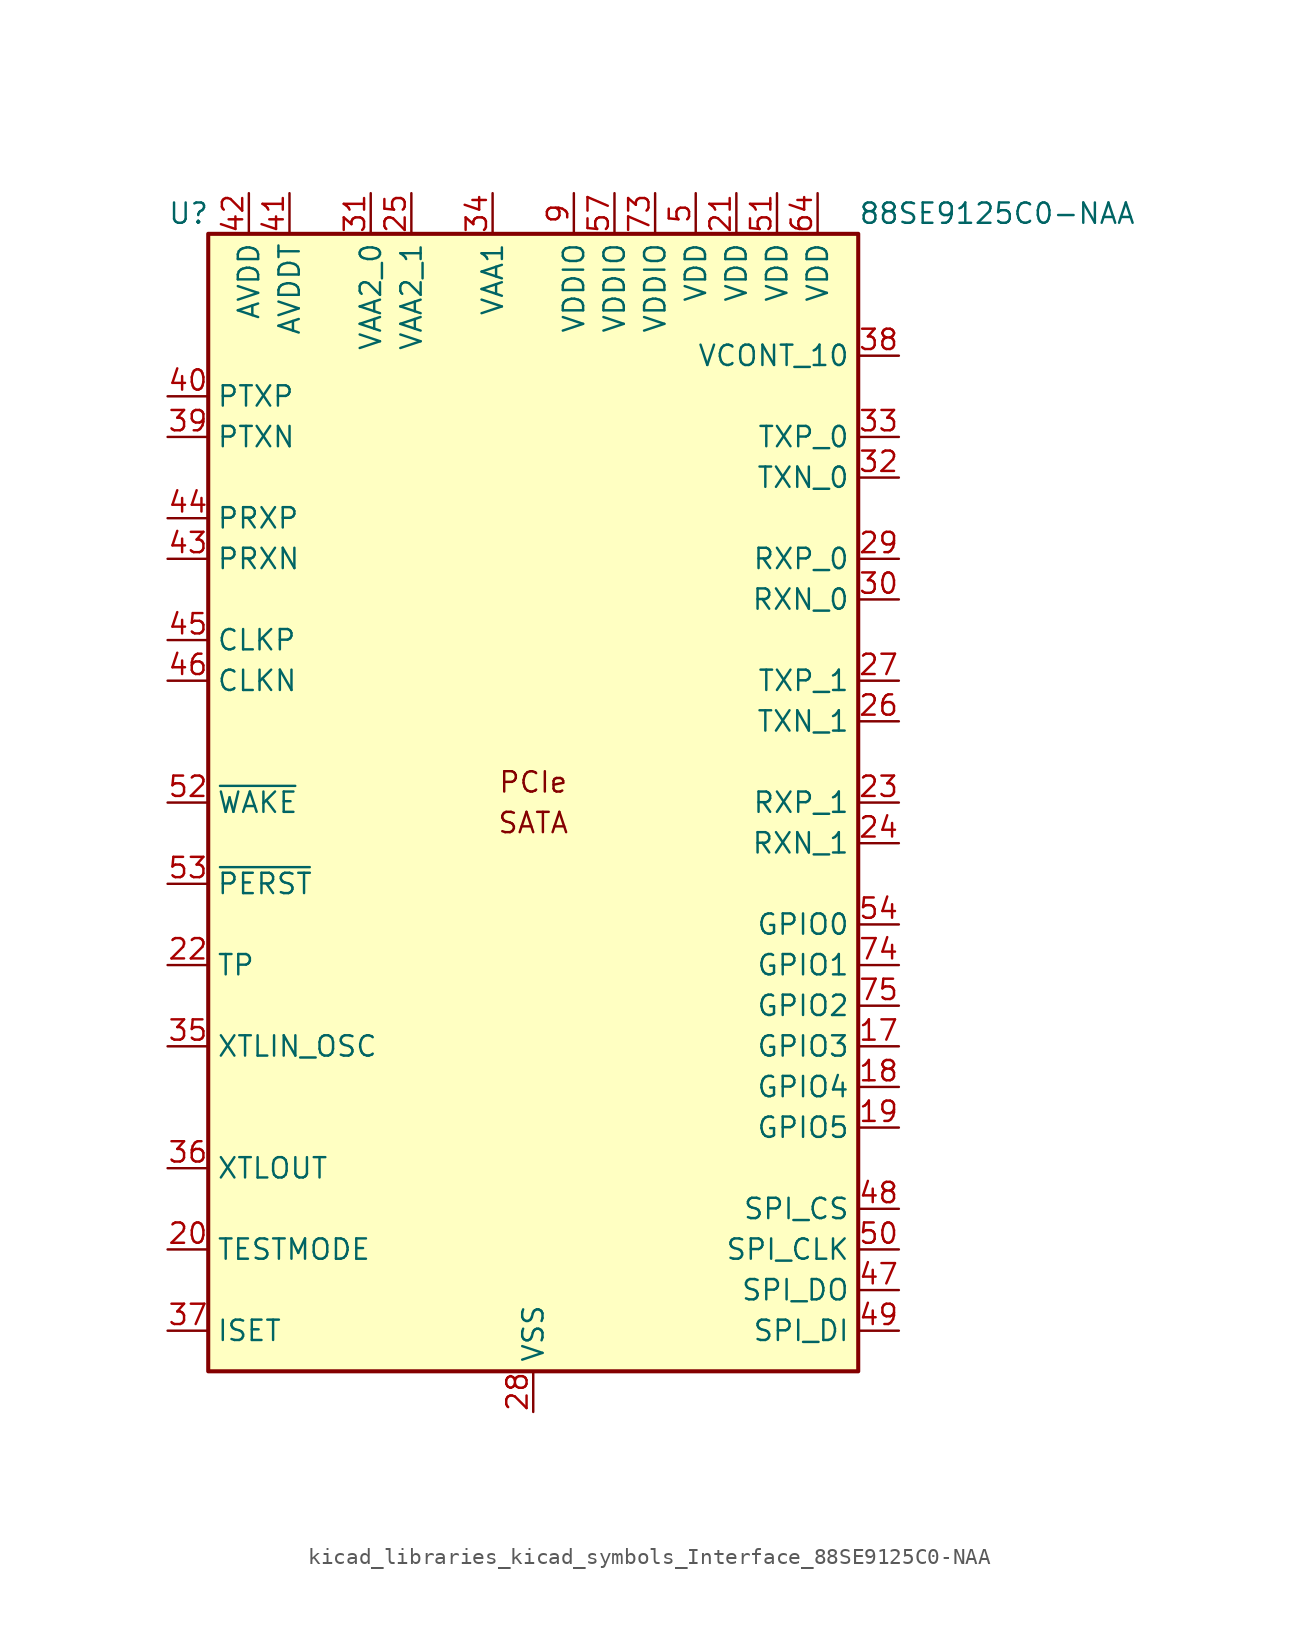
<source format=kicad_sym>
(kicad_symbol_lib
  (version 20220914)
  (generator kicad_symbol_editor)
  (symbol "kicad_libraries_kicad_symbols_Interface_88SE9125C0-NAA"
    (property "Reference" "U"
      (at -22.86 36.83 0)
      (effects (font (size 1.27 1.27)) (justify left)))
    (property "Value" "88SE9125C0-NAA"
      (at 20.32 36.83 0)
      (effects (font (size 1.27 1.27)) (justify left)))
    (symbol "kicad_libraries_kicad_symbols_Interface_88SE9125C0-NAA_0_0"
      (text "PCIe" (at 0 1.27 0) (effects (font (size 1.27 1.27)))))
    (symbol "kicad_libraries_kicad_symbols_Interface_88SE9125C0-NAA_0_1"
      (rectangle (start -20.32 35.56) (end 20.32 -35.56) (stroke (width 0.254) (type default)) (fill (type background))))
    (symbol "kicad_libraries_kicad_symbols_Interface_88SE9125C0-NAA_1_0"
      (text "SATA" (at 0 -1.27 0) (effects (font (size 1.27 1.27)))))
    (symbol "kicad_libraries_kicad_symbols_Interface_88SE9125C0-NAA_1_1"
      (pin no_connect line (at 20.32 25.4 180) (length 2.54) hide (name "NC" (effects (font (size 1.27 1.27)))) (number "1" (effects (font (size 1.27 1.27)))))
      (pin no_connect line (at -20.32 -7.62 0) (length 2.54) hide (name "NC" (effects (font (size 1.27 1.27)))) (number "10" (effects (font (size 1.27 1.27)))))
      (pin no_connect line (at 5.08 -35.56 90) (length 2.54) hide (name "NC" (effects (font (size 1.27 1.27)))) (number "11" (effects (font (size 1.27 1.27)))))
      (pin no_connect line (at -20.32 -30.48 0) (length 2.54) hide (name "NC" (effects (font (size 1.27 1.27)))) (number "12" (effects (font (size 1.27 1.27)))))
      (pin passive line (at 10.16 38.1 270) (length 2.54) hide (name "VDD" (effects (font (size 1.27 1.27)))) (number "13" (effects (font (size 1.27 1.27)))))
      (pin no_connect line (at -20.32 -25.4 0) (length 2.54) hide (name "NC" (effects (font (size 1.27 1.27)))) (number "14" (effects (font (size 1.27 1.27)))))
      (pin no_connect line (at -20.32 -20.32 0) (length 2.54) hide (name "NC" (effects (font (size 1.27 1.27)))) (number "15" (effects (font (size 1.27 1.27)))))
      (pin no_connect line (at -20.32 -17.78 0) (length 2.54) hide (name "NC" (effects (font (size 1.27 1.27)))) (number "16" (effects (font (size 1.27 1.27)))))
      (pin bidirectional line (at 22.86 -15.24 180) (length 2.54) (name "GPIO3" (effects (font (size 1.27 1.27)))) (number "17" (effects (font (size 1.27 1.27)))))
      (pin bidirectional line (at 22.86 -17.78 180) (length 2.54) (name "GPIO4" (effects (font (size 1.27 1.27)))) (number "18" (effects (font (size 1.27 1.27)))))
      (pin bidirectional line (at 22.86 -20.32 180) (length 2.54) (name "GPIO5" (effects (font (size 1.27 1.27)))) (number "19" (effects (font (size 1.27 1.27)))))
      (pin no_connect line (at 20.32 17.78 180) (length 2.54) hide (name "NC" (effects (font (size 1.27 1.27)))) (number "2" (effects (font (size 1.27 1.27)))))
      (pin input line (at -22.86 -27.94 0) (length 2.54) (name "TESTMODE" (effects (font (size 1.27 1.27)))) (number "20" (effects (font (size 1.27 1.27)))))
      (pin power_in line (at 12.7 38.1 270) (length 2.54) (name "VDD" (effects (font (size 1.27 1.27)))) (number "21" (effects (font (size 1.27 1.27)))))
      (pin bidirectional line (at -22.86 -10.16 0) (length 2.54) (name "TP" (effects (font (size 1.27 1.27)))) (number "22" (effects (font (size 1.27 1.27)))))
      (pin input line (at 22.86 0 180) (length 2.54) (name "RXP_1" (effects (font (size 1.27 1.27)))) (number "23" (effects (font (size 1.27 1.27)))))
      (pin input line (at 22.86 -2.54 180) (length 2.54) (name "RXN_1" (effects (font (size 1.27 1.27)))) (number "24" (effects (font (size 1.27 1.27)))))
      (pin power_in line (at -7.62 38.1 270) (length 2.54) (name "VAA2_1" (effects (font (size 1.27 1.27)))) (number "25" (effects (font (size 1.27 1.27)))))
      (pin output line (at 22.86 5.08 180) (length 2.54) (name "TXN_1" (effects (font (size 1.27 1.27)))) (number "26" (effects (font (size 1.27 1.27)))))
      (pin output line (at 22.86 7.62 180) (length 2.54) (name "TXP_1" (effects (font (size 1.27 1.27)))) (number "27" (effects (font (size 1.27 1.27)))))
      (pin power_in line (at 0 -38.1 90) (length 2.54) (name "VSS" (effects (font (size 1.27 1.27)))) (number "28" (effects (font (size 1.27 1.27)))))
      (pin input line (at 22.86 15.24 180) (length 2.54) (name "RXP_0" (effects (font (size 1.27 1.27)))) (number "29" (effects (font (size 1.27 1.27)))))
      (pin no_connect line (at 20.32 10.16 180) (length 2.54) hide (name "NC" (effects (font (size 1.27 1.27)))) (number "3" (effects (font (size 1.27 1.27)))))
      (pin input line (at 22.86 12.7 180) (length 2.54) (name "RXN_0" (effects (font (size 1.27 1.27)))) (number "30" (effects (font (size 1.27 1.27)))))
      (pin power_in line (at -10.16 38.1 270) (length 2.54) (name "VAA2_0" (effects (font (size 1.27 1.27)))) (number "31" (effects (font (size 1.27 1.27)))))
      (pin output line (at 22.86 20.32 180) (length 2.54) (name "TXN_0" (effects (font (size 1.27 1.27)))) (number "32" (effects (font (size 1.27 1.27)))))
      (pin output line (at 22.86 22.86 180) (length 2.54) (name "TXP_0" (effects (font (size 1.27 1.27)))) (number "33" (effects (font (size 1.27 1.27)))))
      (pin power_in line (at -2.54 38.1 270) (length 2.54) (name "VAA1" (effects (font (size 1.27 1.27)))) (number "34" (effects (font (size 1.27 1.27)))))
      (pin input line (at -22.86 -15.24 0) (length 2.54) (name "XTLIN_OSC" (effects (font (size 1.27 1.27)))) (number "35" (effects (font (size 1.27 1.27)))))
      (pin output line (at -22.86 -22.86 0) (length 2.54) (name "XTLOUT" (effects (font (size 1.27 1.27)))) (number "36" (effects (font (size 1.27 1.27)))))
      (pin bidirectional line (at -22.86 -33.02 0) (length 2.54) (name "ISET" (effects (font (size 1.27 1.27)))) (number "37" (effects (font (size 1.27 1.27)))))
      (pin output line (at 22.86 27.94 180) (length 2.54) (name "VCONT_10" (effects (font (size 1.27 1.27)))) (number "38" (effects (font (size 1.27 1.27)))))
      (pin output line (at -22.86 22.86 0) (length 2.54) (name "PTXN" (effects (font (size 1.27 1.27)))) (number "39" (effects (font (size 1.27 1.27)))))
      (pin no_connect line (at 20.32 2.54 180) (length 2.54) hide (name "NC" (effects (font (size 1.27 1.27)))) (number "4" (effects (font (size 1.27 1.27)))))
      (pin output line (at -22.86 25.4 0) (length 2.54) (name "PTXP" (effects (font (size 1.27 1.27)))) (number "40" (effects (font (size 1.27 1.27)))))
      (pin power_in line (at -15.24 38.1 270) (length 2.54) (name "AVDDT" (effects (font (size 1.27 1.27)))) (number "41" (effects (font (size 1.27 1.27)))))
      (pin power_in line (at -17.78 38.1 270) (length 2.54) (name "AVDD" (effects (font (size 1.27 1.27)))) (number "42" (effects (font (size 1.27 1.27)))))
      (pin input line (at -22.86 15.24 0) (length 2.54) (name "PRXN" (effects (font (size 1.27 1.27)))) (number "43" (effects (font (size 1.27 1.27)))))
      (pin input line (at -22.86 17.78 0) (length 2.54) (name "PRXP" (effects (font (size 1.27 1.27)))) (number "44" (effects (font (size 1.27 1.27)))))
      (pin input line (at -22.86 10.16 0) (length 2.54) (name "CLKP" (effects (font (size 1.27 1.27)))) (number "45" (effects (font (size 1.27 1.27)))))
      (pin input line (at -22.86 7.62 0) (length 2.54) (name "CLKN" (effects (font (size 1.27 1.27)))) (number "46" (effects (font (size 1.27 1.27)))))
      (pin output line (at 22.86 -30.48 180) (length 2.54) (name "SPI_DO" (effects (font (size 1.27 1.27)))) (number "47" (effects (font (size 1.27 1.27)))))
      (pin output line (at 22.86 -25.4 180) (length 2.54) (name "SPI_CS" (effects (font (size 1.27 1.27)))) (number "48" (effects (font (size 1.27 1.27)))))
      (pin input line (at 22.86 -33.02 180) (length 2.54) (name "SPI_DI" (effects (font (size 1.27 1.27)))) (number "49" (effects (font (size 1.27 1.27)))))
      (pin power_in line (at 10.16 38.1 270) (length 2.54) (name "VDD" (effects (font (size 1.27 1.27)))) (number "5" (effects (font (size 1.27 1.27)))))
      (pin output line (at 22.86 -27.94 180) (length 2.54) (name "SPI_CLK" (effects (font (size 1.27 1.27)))) (number "50" (effects (font (size 1.27 1.27)))))
      (pin power_in line (at 15.24 38.1 270) (length 2.54) (name "VDD" (effects (font (size 1.27 1.27)))) (number "51" (effects (font (size 1.27 1.27)))))
      (pin open_collector line (at -22.86 0 0) (length 2.54) (name "~{WAKE}" (effects (font (size 1.27 1.27)))) (number "52" (effects (font (size 1.27 1.27)))))
      (pin input line (at -22.86 -5.08 0) (length 2.54) (name "~{PERST}" (effects (font (size 1.27 1.27)))) (number "53" (effects (font (size 1.27 1.27)))))
      (pin bidirectional line (at 22.86 -7.62 180) (length 2.54) (name "GPIO0" (effects (font (size 1.27 1.27)))) (number "54" (effects (font (size 1.27 1.27)))))
      (pin no_connect line (at -20.32 -12.7 0) (length 2.54) hide (name "NC" (effects (font (size 1.27 1.27)))) (number "55" (effects (font (size 1.27 1.27)))))
      (pin no_connect line (at 20.32 30.48 180) (length 2.54) hide (name "NC" (effects (font (size 1.27 1.27)))) (number "56" (effects (font (size 1.27 1.27)))))
      (pin power_in line (at 5.08 38.1 270) (length 2.54) (name "VDDIO" (effects (font (size 1.27 1.27)))) (number "57" (effects (font (size 1.27 1.27)))))
      (pin no_connect line (at -20.32 2.54 0) (length 2.54) hide (name "NC" (effects (font (size 1.27 1.27)))) (number "58" (effects (font (size 1.27 1.27)))))
      (pin no_connect line (at -20.32 5.08 0) (length 2.54) hide (name "NC" (effects (font (size 1.27 1.27)))) (number "59" (effects (font (size 1.27 1.27)))))
      (pin no_connect line (at 20.32 -5.08 180) (length 2.54) hide (name "NC" (effects (font (size 1.27 1.27)))) (number "6" (effects (font (size 1.27 1.27)))))
      (pin no_connect line (at -20.32 12.7 0) (length 2.54) hide (name "NC" (effects (font (size 1.27 1.27)))) (number "60" (effects (font (size 1.27 1.27)))))
      (pin no_connect line (at -20.32 20.32 0) (length 2.54) hide (name "NC" (effects (font (size 1.27 1.27)))) (number "61" (effects (font (size 1.27 1.27)))))
      (pin no_connect line (at -20.32 27.94 0) (length 2.54) hide (name "NC" (effects (font (size 1.27 1.27)))) (number "62" (effects (font (size 1.27 1.27)))))
      (pin no_connect line (at -2.54 -35.56 90) (length 2.54) hide (name "NC" (effects (font (size 1.27 1.27)))) (number "63" (effects (font (size 1.27 1.27)))))
      (pin power_in line (at 17.78 38.1 270) (length 2.54) (name "VDD" (effects (font (size 1.27 1.27)))) (number "64" (effects (font (size 1.27 1.27)))))
      (pin no_connect line (at -5.08 -35.56 90) (length 2.54) hide (name "NC" (effects (font (size 1.27 1.27)))) (number "65" (effects (font (size 1.27 1.27)))))
      (pin no_connect line (at -7.62 -35.56 90) (length 2.54) hide (name "NC" (effects (font (size 1.27 1.27)))) (number "66" (effects (font (size 1.27 1.27)))))
      (pin no_connect line (at -10.16 -35.56 90) (length 2.54) hide (name "NC" (effects (font (size 1.27 1.27)))) (number "67" (effects (font (size 1.27 1.27)))))
      (pin no_connect line (at -12.7 -35.56 90) (length 2.54) hide (name "NC" (effects (font (size 1.27 1.27)))) (number "68" (effects (font (size 1.27 1.27)))))
      (pin no_connect line (at 2.54 -35.56 90) (length 2.54) hide (name "NC" (effects (font (size 1.27 1.27)))) (number "69" (effects (font (size 1.27 1.27)))))
      (pin no_connect line (at 20.32 -22.86 180) (length 2.54) hide (name "NC" (effects (font (size 1.27 1.27)))) (number "7" (effects (font (size 1.27 1.27)))))
      (pin no_connect line (at 7.62 -35.56 90) (length 2.54) hide (name "NC" (effects (font (size 1.27 1.27)))) (number "70" (effects (font (size 1.27 1.27)))))
      (pin passive line (at 17.78 38.1 270) (length 2.54) hide (name "VDD" (effects (font (size 1.27 1.27)))) (number "71" (effects (font (size 1.27 1.27)))))
      (pin no_connect line (at -12.7 35.56 270) (length 2.54) hide (name "NC" (effects (font (size 1.27 1.27)))) (number "72" (effects (font (size 1.27 1.27)))))
      (pin power_in line (at 7.62 38.1 270) (length 2.54) (name "VDDIO" (effects (font (size 1.27 1.27)))) (number "73" (effects (font (size 1.27 1.27)))))
      (pin bidirectional line (at 22.86 -10.16 180) (length 2.54) (name "GPIO1" (effects (font (size 1.27 1.27)))) (number "74" (effects (font (size 1.27 1.27)))))
      (pin bidirectional line (at 22.86 -12.7 180) (length 2.54) (name "GPIO2" (effects (font (size 1.27 1.27)))) (number "75" (effects (font (size 1.27 1.27)))))
      (pin no_connect line (at -5.08 35.56 270) (length 2.54) hide (name "NC" (effects (font (size 1.27 1.27)))) (number "76" (effects (font (size 1.27 1.27)))))
      (pin passive line (at 0 -38.1 90) (length 2.54) hide (name "VSS" (effects (font (size 1.27 1.27)))) (number "77" (effects (font (size 1.27 1.27)))))
      (pin no_connect line (at -20.32 -2.54 0) (length 2.54) hide (name "NC" (effects (font (size 1.27 1.27)))) (number "8" (effects (font (size 1.27 1.27)))))
      (pin power_in line (at 2.54 38.1 270) (length 2.54) (name "VDDIO" (effects (font (size 1.27 1.27)))) (number "9" (effects (font (size 1.27 1.27))))))))
</source>
